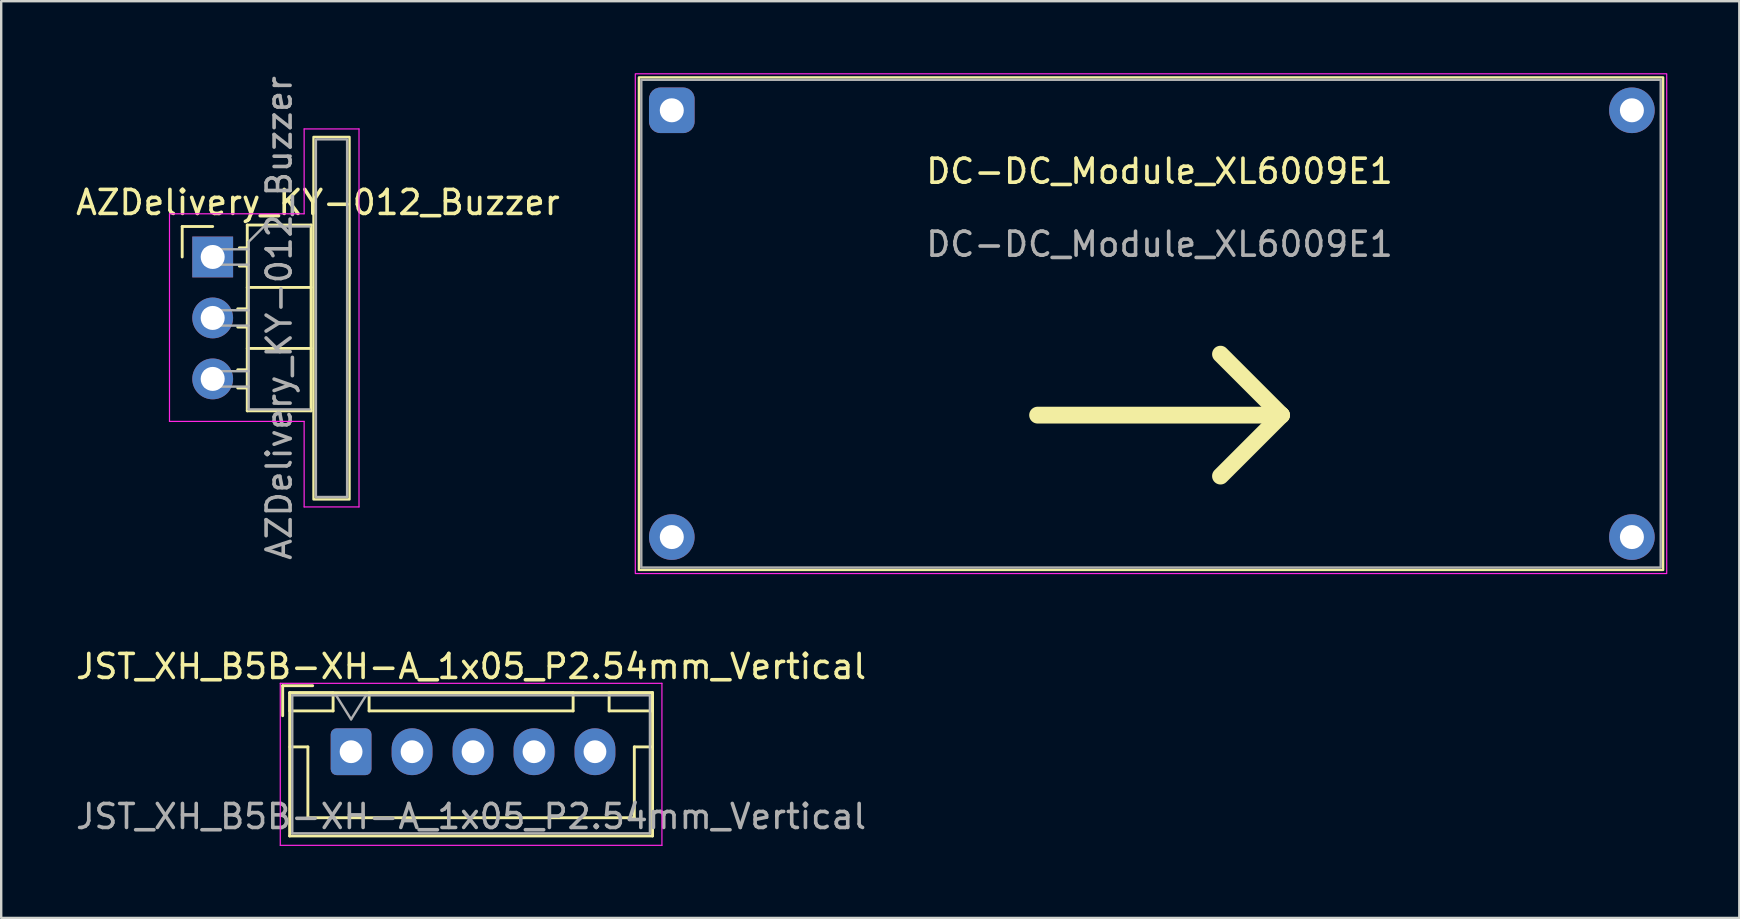
<source format=kicad_pcb>
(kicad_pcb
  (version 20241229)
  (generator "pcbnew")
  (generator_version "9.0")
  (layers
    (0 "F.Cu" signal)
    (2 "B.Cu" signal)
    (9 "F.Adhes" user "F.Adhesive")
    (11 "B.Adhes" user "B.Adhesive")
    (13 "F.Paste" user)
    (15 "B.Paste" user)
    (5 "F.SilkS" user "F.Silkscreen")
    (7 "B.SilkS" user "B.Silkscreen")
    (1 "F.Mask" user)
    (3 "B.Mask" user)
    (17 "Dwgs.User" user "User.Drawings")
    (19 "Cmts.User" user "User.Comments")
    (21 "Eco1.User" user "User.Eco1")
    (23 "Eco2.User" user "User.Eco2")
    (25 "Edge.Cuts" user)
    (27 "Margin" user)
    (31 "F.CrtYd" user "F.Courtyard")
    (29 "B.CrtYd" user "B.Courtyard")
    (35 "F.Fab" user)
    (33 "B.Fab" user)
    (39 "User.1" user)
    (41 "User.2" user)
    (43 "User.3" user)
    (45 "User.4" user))
  (footprint "DC-DC_Module_XL6009E1"
    (layer "F.Cu")
    (at 24.938 1.545)
    (property "Reference" "DC-DC_Module_XL6009E1" (at 20.32 2.54 0) (unlocked yes) (layer "F.SilkS") (effects (font (size 1 1) (thickness 0.15))))
    (attr through_hole)
    (fp_line (start 15.24 12.7) (end 25.4 12.7) (stroke (width 0.7) (type default)) (layer "F.SilkS"))
    (fp_line (start 22.86 10.16) (end 25.4 12.7) (stroke (width 0.7) (type default)) (layer "F.SilkS"))
    (fp_line (start 22.86 15.24) (end 25.4 12.7) (stroke (width 0.7) (type default)) (layer "F.SilkS"))
    (fp_rect (start -1.37 -1.37) (end 41.3 19.15) (stroke (width 0.1) (type default)) (fill no) (layer "F.SilkS"))
    (fp_rect (start -1.52 -1.52) (end 41.45 19.3) (stroke (width 0.05) (type default)) (fill no) (layer "F.CrtYd"))
    (fp_rect (start -1.27 -1.27) (end 41.2 19.05) (stroke (width 0.1) (type default)) (fill no) (layer "F.Fab"))
    (fp_text user "${REFERENCE}" (at 20.32 5.58 0) (unlocked yes) (layer "F.Fab") (effects (font (size 1 1) (thickness 0.15))))
    (pad "1" thru_hole circle (at 40 0) (size 1.9 1.9) (drill 1) (layers "*.Cu" "*.Mask"))
    (pad "2" thru_hole roundrect (at 0 0) (size 1.9 1.9) (drill 1) (layers "*.Cu" "*.Mask") (roundrect_rratio 0.25))
    (pad "3" thru_hole circle (at 0 17.78) (size 1.9 1.9) (drill 1) (layers "*.Cu" "*.Mask"))
    (pad "3" thru_hole circle (at 40 17.78) (size 1.9 1.9) (drill 1) (layers "*.Cu" "*.Mask")))
  (footprint "JST_XH_B5B-XH-A_1x05_P2.54mm_Vertical"
    (layer "F.Cu")
    (at 11.577 28.268)
    (property "Reference" "JST_XH_B5B-XH-A_1x05_P2.54mm_Vertical" (at 5 -3.55 180) (layer "F.SilkS") (effects (font (size 1 1) (thickness 0.15))))
    (attr through_hole)
    (fp_line (start -2.85 -2.75) (end -2.85 -1.5) (stroke (width 0.12) (type solid)) (layer "F.SilkS"))
    (fp_line (start -2.56 -2.46) (end -2.56 3.51) (stroke (width 0.12) (type solid)) (layer "F.SilkS"))
    (fp_line (start -2.56 3.51) (end 12.56 3.51) (stroke (width 0.12) (type solid)) (layer "F.SilkS"))
    (fp_line (start -2.55 -2.45) (end -2.55 -1.7) (stroke (width 0.12) (type solid)) (layer "F.SilkS"))
    (fp_line (start -2.55 -1.7) (end -0.75 -1.7) (stroke (width 0.12) (type solid)) (layer "F.SilkS"))
    (fp_line (start -2.55 -0.2) (end -1.8 -0.2) (stroke (width 0.12) (type solid)) (layer "F.SilkS"))
    (fp_line (start -1.8 -0.2) (end -1.8 2.75) (stroke (width 0.12) (type solid)) (layer "F.SilkS"))
    (fp_line (start -1.8 2.75) (end 5 2.75) (stroke (width 0.12) (type solid)) (layer "F.SilkS"))
    (fp_line (start -1.6 -2.75) (end -2.85 -2.75) (stroke (width 0.12) (type solid)) (layer "F.SilkS"))
    (fp_line (start -0.75 -2.45) (end -2.55 -2.45) (stroke (width 0.12) (type solid)) (layer "F.SilkS"))
    (fp_line (start -0.75 -1.7) (end -0.75 -2.45) (stroke (width 0.12) (type solid)) (layer "F.SilkS"))
    (fp_line (start 0.75 -2.45) (end 0.75 -1.7) (stroke (width 0.12) (type solid)) (layer "F.SilkS"))
    (fp_line (start 0.75 -1.7) (end 9.25 -1.7) (stroke (width 0.12) (type solid)) (layer "F.SilkS"))
    (fp_line (start 9.25 -2.45) (end 0.75 -2.45) (stroke (width 0.12) (type solid)) (layer "F.SilkS"))
    (fp_line (start 9.25 -1.7) (end 9.25 -2.45) (stroke (width 0.12) (type solid)) (layer "F.SilkS"))
    (fp_line (start 10.75 -2.45) (end 10.75 -1.7) (stroke (width 0.12) (type solid)) (layer "F.SilkS"))
    (fp_line (start 10.75 -1.7) (end 12.55 -1.7) (stroke (width 0.12) (type solid)) (layer "F.SilkS"))
    (fp_line (start 11.8 -0.2) (end 11.8 2.75) (stroke (width 0.12) (type solid)) (layer "F.SilkS"))
    (fp_line (start 11.8 2.75) (end 5 2.75) (stroke (width 0.12) (type solid)) (layer "F.SilkS"))
    (fp_line (start 12.55 -2.45) (end 10.75 -2.45) (stroke (width 0.12) (type solid)) (layer "F.SilkS"))
    (fp_line (start 12.55 -1.7) (end 12.55 -2.45) (stroke (width 0.12) (type solid)) (layer "F.SilkS"))
    (fp_line (start 12.55 -0.2) (end 11.8 -0.2) (stroke (width 0.12) (type solid)) (layer "F.SilkS"))
    (fp_line (start 12.56 -2.46) (end -2.56 -2.46) (stroke (width 0.12) (type solid)) (layer "F.SilkS"))
    (fp_line (start 12.56 3.51) (end 12.56 -2.46) (stroke (width 0.12) (type solid)) (layer "F.SilkS"))
    (fp_line (start -2.95 -2.85) (end -2.95 3.9) (stroke (width 0.05) (type solid)) (layer "F.CrtYd"))
    (fp_line (start -2.95 3.9) (end 12.95 3.9) (stroke (width 0.05) (type solid)) (layer "F.CrtYd"))
    (fp_line (start 12.95 -2.85) (end -2.95 -2.85) (stroke (width 0.05) (type solid)) (layer "F.CrtYd"))
    (fp_line (start 12.95 3.9) (end 12.95 -2.85) (stroke (width 0.05) (type solid)) (layer "F.CrtYd"))
    (fp_line (start -2.45 -2.35) (end -2.45 3.4) (stroke (width 0.1) (type solid)) (layer "F.Fab"))
    (fp_line (start -2.45 3.4) (end 12.45 3.4) (stroke (width 0.1) (type solid)) (layer "F.Fab"))
    (fp_line (start -0.625 -2.35) (end 0 -1.35) (stroke (width 0.1) (type solid)) (layer "F.Fab"))
    (fp_line (start 0 -1.35) (end 0.625 -2.35) (stroke (width 0.1) (type solid)) (layer "F.Fab"))
    (fp_line (start 12.45 -2.35) (end -2.45 -2.35) (stroke (width 0.1) (type solid)) (layer "F.Fab"))
    (fp_line (start 12.45 3.4) (end 12.45 -2.35) (stroke (width 0.1) (type solid)) (layer "F.Fab"))
    (fp_text user "${REFERENCE}" (at 5 2.7 180) (layer "F.Fab") (effects (font (size 1 1) (thickness 0.15))))
    (pad "1" thru_hole roundrect (at 0 0) (size 1.7 1.95) (drill 0.95) (layers "*.Cu" "*.Mask") (roundrect_rratio 0.147))
    (pad "2" thru_hole oval (at 2.54 0) (size 1.7 1.95) (drill 0.95) (layers "*.Cu" "*.Mask"))
    (pad "3" thru_hole oval (at 5.08 0) (size 1.7 1.95) (drill 0.95) (layers "*.Cu" "*.Mask"))
    (pad "4" thru_hole oval (at 7.62 0) (size 1.7 1.95) (drill 0.95) (layers "*.Cu" "*.Mask"))
    (pad "5" thru_hole oval (at 10.16 0) (size 1.7 1.95) (drill 0.95) (layers "*.Cu" "*.Mask")))
  (footprint "AZDelivery_KY-012_Buzzer"
    (layer "F.Cu")
    (at 5.811 7.656)
    (property "Reference" "AZDelivery_KY-012_Buzzer" (at 4.385 -2.27 0) (layer "F.SilkS") (effects (font (size 1 1) (thickness 0.15))))
    (attr through_hole)
    (fp_line (start -1.27 -1.27) (end 0 -1.27) (stroke (width 0.12) (type solid)) (layer "F.SilkS"))
    (fp_line (start -1.27 0) (end -1.27 -1.27) (stroke (width 0.12) (type solid)) (layer "F.SilkS"))
    (fp_line (start 1.043 2.16) (end 1.44 2.16) (stroke (width 0.12) (type solid)) (layer "F.SilkS"))
    (fp_line (start 1.043 2.92) (end 1.44 2.92) (stroke (width 0.12) (type solid)) (layer "F.SilkS"))
    (fp_line (start 1.043 4.7) (end 1.44 4.7) (stroke (width 0.12) (type solid)) (layer "F.SilkS"))
    (fp_line (start 1.043 5.46) (end 1.44 5.46) (stroke (width 0.12) (type solid)) (layer "F.SilkS"))
    (fp_line (start 1.11 -0.38) (end 1.44 -0.38) (stroke (width 0.12) (type solid)) (layer "F.SilkS"))
    (fp_line (start 1.11 0.38) (end 1.44 0.38) (stroke (width 0.12) (type solid)) (layer "F.SilkS"))
    (fp_line (start 1.44 -1.33) (end 1.44 6.41) (stroke (width 0.12) (type solid)) (layer "F.SilkS"))
    (fp_line (start 1.44 1.27) (end 4.1 1.27) (stroke (width 0.12) (type solid)) (layer "F.SilkS"))
    (fp_line (start 1.44 3.81) (end 4.1 3.81) (stroke (width 0.12) (type solid)) (layer "F.SilkS"))
    (fp_line (start 1.44 6.41) (end 4.1 6.41) (stroke (width 0.12) (type solid)) (layer "F.SilkS"))
    (fp_line (start 4.1 -1.33) (end 1.44 -1.33) (stroke (width 0.12) (type solid)) (layer "F.SilkS"))
    (fp_line (start 4.1 6.41) (end 4.1 -1.33) (stroke (width 0.12) (type solid)) (layer "F.SilkS"))
    (fp_rect (start 4.2 -5) (end 5.7 10.1) (stroke (width 0.1) (type default)) (fill no) (layer "F.SilkS"))
    (fp_line (start -1.8 -1.8) (end -1.8 6.85) (stroke (width 0.05) (type solid)) (layer "F.CrtYd"))
    (fp_line (start -1.8 6.85) (end 3.81 6.85) (stroke (width 0.05) (type solid)) (layer "F.CrtYd"))
    (fp_line (start 3.81 -5.334) (end 6.096 -5.334) (stroke (width 0.05) (type default)) (layer "F.CrtYd"))
    (fp_line (start 3.81 -1.8) (end -1.8 -1.8) (stroke (width 0.05) (type solid)) (layer "F.CrtYd"))
    (fp_line (start 3.81 -1.8) (end 3.81 -5.334) (stroke (width 0.05) (type default)) (layer "F.CrtYd"))
    (fp_line (start 3.81 6.85) (end 3.81 10.414) (stroke (width 0.05) (type default)) (layer "F.CrtYd"))
    (fp_line (start 3.81 10.414) (end 6.096 10.414) (stroke (width 0.05) (type default)) (layer "F.CrtYd"))
    (fp_line (start 6.096 10.414) (end 6.096 -5.334) (stroke (width 0.05) (type solid)) (layer "F.CrtYd"))
    (fp_line (start -0.32 -0.32) (end -0.32 0.32) (stroke (width 0.1) (type solid)) (layer "F.Fab"))
    (fp_line (start -0.32 -0.32) (end 1.5 -0.32) (stroke (width 0.1) (type solid)) (layer "F.Fab"))
    (fp_line (start -0.32 0.32) (end 1.5 0.32) (stroke (width 0.1) (type solid)) (layer "F.Fab"))
    (fp_line (start -0.32 2.22) (end -0.32 2.86) (stroke (width 0.1) (type solid)) (layer "F.Fab"))
    (fp_line (start -0.32 2.22) (end 1.5 2.22) (stroke (width 0.1) (type solid)) (layer "F.Fab"))
    (fp_line (start -0.32 2.86) (end 1.5 2.86) (stroke (width 0.1) (type solid)) (layer "F.Fab"))
    (fp_line (start -0.32 4.76) (end -0.32 5.4) (stroke (width 0.1) (type solid)) (layer "F.Fab"))
    (fp_line (start -0.32 4.76) (end 1.5 4.76) (stroke (width 0.1) (type solid)) (layer "F.Fab"))
    (fp_line (start -0.32 5.4) (end 1.5 5.4) (stroke (width 0.1) (type solid)) (layer "F.Fab"))
    (fp_line (start 1.5 -0.635) (end 2.135 -1.27) (stroke (width 0.1) (type solid)) (layer "F.Fab"))
    (fp_line (start 1.5 6.35) (end 1.5 -0.635) (stroke (width 0.1) (type solid)) (layer "F.Fab"))
    (fp_line (start 2.135 -1.27) (end 4.04 -1.27) (stroke (width 0.1) (type solid)) (layer "F.Fab"))
    (fp_line (start 4.04 6.35) (end 1.5 6.35) (stroke (width 0.1) (type solid)) (layer "F.Fab"))
    (fp_rect (start 4.3 -4.9) (end 5.6 10) (stroke (width 0.1) (type default)) (fill no) (layer "F.Fab"))
    (fp_text user "${REFERENCE}" (at 2.77 2.54 90) (layer "F.Fab") (effects (font (size 1 1) (thickness 0.15))))
    (pad "1" thru_hole rect (at 0 0) (size 1.7 1.7) (drill 1) (layers "*.Cu" "*.Mask"))
    (pad "1" thru_hole oval (at 0 2.54) (size 1.7 1.7) (drill 1) (layers "*.Cu" "*.Mask"))
    (pad "2" thru_hole oval (at 0 5.08) (size 1.7 1.7) (drill 1) (layers "*.Cu" "*.Mask")))
  (gr_rect
    (start -3 -3)
    (end 69.413 35.193)
    (stroke (width 0.1) (type default))
    (fill no)
    (layer "Edge.Cuts")))
</source>
